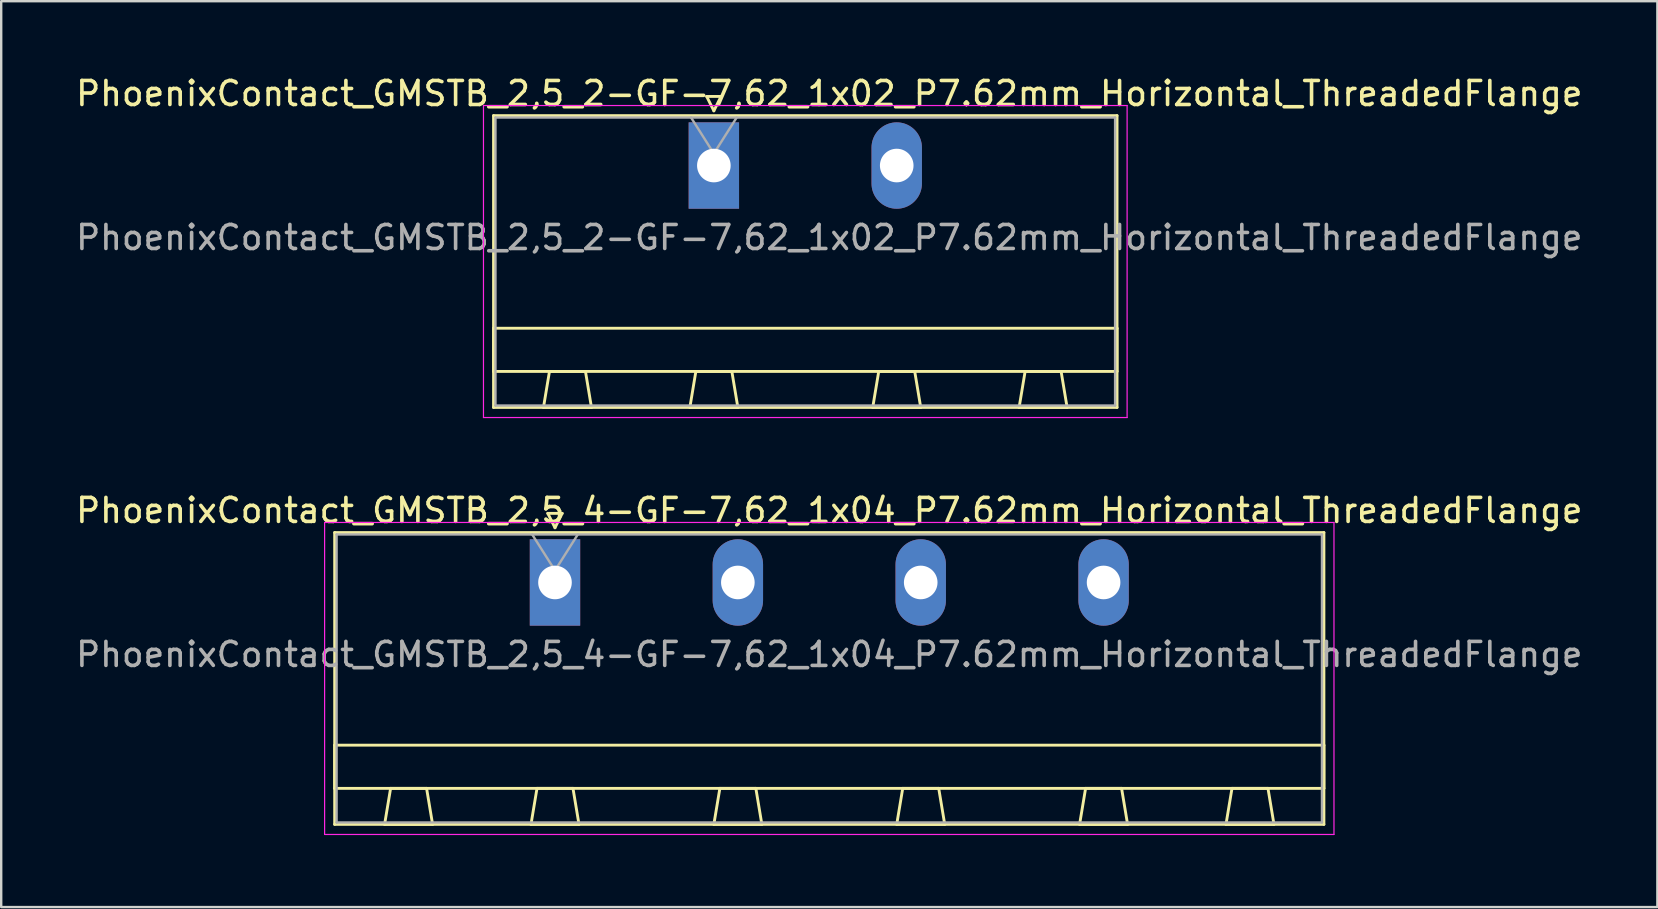
<source format=kicad_pcb>
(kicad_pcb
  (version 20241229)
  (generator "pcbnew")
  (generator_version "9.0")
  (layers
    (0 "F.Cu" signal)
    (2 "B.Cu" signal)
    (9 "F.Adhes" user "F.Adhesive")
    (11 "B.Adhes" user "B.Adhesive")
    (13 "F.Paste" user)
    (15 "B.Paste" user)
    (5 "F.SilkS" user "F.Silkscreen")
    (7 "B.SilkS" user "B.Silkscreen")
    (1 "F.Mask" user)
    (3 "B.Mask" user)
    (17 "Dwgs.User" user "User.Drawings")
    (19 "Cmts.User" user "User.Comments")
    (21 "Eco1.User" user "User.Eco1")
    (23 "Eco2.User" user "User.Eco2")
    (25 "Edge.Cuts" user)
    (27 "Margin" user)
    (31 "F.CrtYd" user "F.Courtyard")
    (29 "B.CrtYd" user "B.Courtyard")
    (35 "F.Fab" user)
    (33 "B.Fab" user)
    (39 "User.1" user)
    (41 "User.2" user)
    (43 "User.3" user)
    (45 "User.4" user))
  (footprint "PhoenixContact_GMSTB_2,5_4-GF-7,62_1x04_P7.62mm_Horizontal_ThreadedFlange"
    (layer "F.Cu")
    (at 20.076 21.221)
    (property "Reference" "PhoenixContact_GMSTB_2,5_4-GF-7,62_1x04_P7.62mm_Horizontal_ThreadedFlange" (at 11.43 -3 0) (layer "F.SilkS") (effects (font (size 1 1) (thickness 0.15))))
    (attr through_hole)
    (fp_line (start -9.18 -2.08) (end -9.18 10.08) (stroke (width 0.12) (type solid)) (layer "F.SilkS"))
    (fp_line (start -9.18 6.78) (end 32.04 6.78) (stroke (width 0.12) (type solid)) (layer "F.SilkS"))
    (fp_line (start -9.18 8.58) (end -9.18 6.78) (stroke (width 0.12) (type solid)) (layer "F.SilkS"))
    (fp_line (start -9.18 10.08) (end 32.04 10.08) (stroke (width 0.12) (type solid)) (layer "F.SilkS"))
    (fp_line (start -7.1 10.08) (end -5.1 10.08) (stroke (width 0.12) (type solid)) (layer "F.SilkS"))
    (fp_line (start -6.85 8.58) (end -7.1 10.08) (stroke (width 0.12) (type solid)) (layer "F.SilkS"))
    (fp_line (start -5.35 8.58) (end -6.85 8.58) (stroke (width 0.12) (type solid)) (layer "F.SilkS"))
    (fp_line (start -5.1 10.08) (end -5.35 8.58) (stroke (width 0.12) (type solid)) (layer "F.SilkS"))
    (fp_line (start -1 10.08) (end 1 10.08) (stroke (width 0.12) (type solid)) (layer "F.SilkS"))
    (fp_line (start -0.75 8.58) (end -1 10.08) (stroke (width 0.12) (type solid)) (layer "F.SilkS"))
    (fp_line (start -0.3 -2.88) (end 0.3 -2.88) (stroke (width 0.12) (type solid)) (layer "F.SilkS"))
    (fp_line (start 0 -2.28) (end -0.3 -2.88) (stroke (width 0.12) (type solid)) (layer "F.SilkS"))
    (fp_line (start 0.3 -2.88) (end 0 -2.28) (stroke (width 0.12) (type solid)) (layer "F.SilkS"))
    (fp_line (start 0.75 8.58) (end -0.75 8.58) (stroke (width 0.12) (type solid)) (layer "F.SilkS"))
    (fp_line (start 1 10.08) (end 0.75 8.58) (stroke (width 0.12) (type solid)) (layer "F.SilkS"))
    (fp_line (start 6.62 10.08) (end 8.62 10.08) (stroke (width 0.12) (type solid)) (layer "F.SilkS"))
    (fp_line (start 6.87 8.58) (end 6.62 10.08) (stroke (width 0.12) (type solid)) (layer "F.SilkS"))
    (fp_line (start 8.37 8.58) (end 6.87 8.58) (stroke (width 0.12) (type solid)) (layer "F.SilkS"))
    (fp_line (start 8.62 10.08) (end 8.37 8.58) (stroke (width 0.12) (type solid)) (layer "F.SilkS"))
    (fp_line (start 14.24 10.08) (end 16.24 10.08) (stroke (width 0.12) (type solid)) (layer "F.SilkS"))
    (fp_line (start 14.49 8.58) (end 14.24 10.08) (stroke (width 0.12) (type solid)) (layer "F.SilkS"))
    (fp_line (start 15.99 8.58) (end 14.49 8.58) (stroke (width 0.12) (type solid)) (layer "F.SilkS"))
    (fp_line (start 16.24 10.08) (end 15.99 8.58) (stroke (width 0.12) (type solid)) (layer "F.SilkS"))
    (fp_line (start 21.86 10.08) (end 23.86 10.08) (stroke (width 0.12) (type solid)) (layer "F.SilkS"))
    (fp_line (start 22.11 8.58) (end 21.86 10.08) (stroke (width 0.12) (type solid)) (layer "F.SilkS"))
    (fp_line (start 23.61 8.58) (end 22.11 8.58) (stroke (width 0.12) (type solid)) (layer "F.SilkS"))
    (fp_line (start 23.86 10.08) (end 23.61 8.58) (stroke (width 0.12) (type solid)) (layer "F.SilkS"))
    (fp_line (start 27.96 10.08) (end 29.96 10.08) (stroke (width 0.12) (type solid)) (layer "F.SilkS"))
    (fp_line (start 28.21 8.58) (end 27.96 10.08) (stroke (width 0.12) (type solid)) (layer "F.SilkS"))
    (fp_line (start 29.71 8.58) (end 28.21 8.58) (stroke (width 0.12) (type solid)) (layer "F.SilkS"))
    (fp_line (start 29.96 10.08) (end 29.71 8.58) (stroke (width 0.12) (type solid)) (layer "F.SilkS"))
    (fp_line (start 32.04 -2.08) (end -9.18 -2.08) (stroke (width 0.12) (type solid)) (layer "F.SilkS"))
    (fp_line (start 32.04 6.78) (end 32.04 8.58) (stroke (width 0.12) (type solid)) (layer "F.SilkS"))
    (fp_line (start 32.04 8.58) (end -9.18 8.58) (stroke (width 0.12) (type solid)) (layer "F.SilkS"))
    (fp_line (start 32.04 10.08) (end 32.04 -2.08) (stroke (width 0.12) (type solid)) (layer "F.SilkS"))
    (fp_line (start -9.6 -2.5) (end -9.6 10.5) (stroke (width 0.05) (type solid)) (layer "F.CrtYd"))
    (fp_line (start -9.6 10.5) (end 32.46 10.5) (stroke (width 0.05) (type solid)) (layer "F.CrtYd"))
    (fp_line (start 32.46 -2.5) (end -9.6 -2.5) (stroke (width 0.05) (type solid)) (layer "F.CrtYd"))
    (fp_line (start 32.46 10.5) (end 32.46 -2.5) (stroke (width 0.05) (type solid)) (layer "F.CrtYd"))
    (fp_line (start -9.1 -2) (end -9.1 10) (stroke (width 0.1) (type solid)) (layer "F.Fab"))
    (fp_line (start -9.1 10) (end 31.96 10) (stroke (width 0.1) (type solid)) (layer "F.Fab"))
    (fp_line (start 0 -0.5) (end -0.95 -2) (stroke (width 0.1) (type solid)) (layer "F.Fab"))
    (fp_line (start 0.95 -2) (end 0 -0.5) (stroke (width 0.1) (type solid)) (layer "F.Fab"))
    (fp_line (start 31.96 -2) (end -9.1 -2) (stroke (width 0.1) (type solid)) (layer "F.Fab"))
    (fp_line (start 31.96 10) (end 31.96 -2) (stroke (width 0.1) (type solid)) (layer "F.Fab"))
    (fp_text user "${REFERENCE}" (at 11.43 3 0) (layer "F.Fab") (effects (font (size 1 1) (thickness 0.15))))
    (pad "1" thru_hole rect (at 0 0) (size 2.1 3.6) (drill 1.4) (layers "*.Cu" "*.Mask"))
    (pad "2" thru_hole oval (at 7.62 0) (size 2.1 3.6) (drill 1.4) (layers "*.Cu" "*.Mask"))
    (pad "3" thru_hole oval (at 15.24 0) (size 2.1 3.6) (drill 1.4) (layers "*.Cu" "*.Mask"))
    (pad "4" thru_hole oval (at 22.86 0) (size 2.1 3.6) (drill 1.4) (layers "*.Cu" "*.Mask")))
  (footprint "PhoenixContact_GMSTB_2,5_2-GF-7,62_1x02_P7.62mm_Horizontal_ThreadedFlange"
    (layer "F.Cu")
    (at 26.696 3.848)
    (property "Reference" "PhoenixContact_GMSTB_2,5_2-GF-7,62_1x02_P7.62mm_Horizontal_ThreadedFlange" (at 4.81 -3 0) (layer "F.SilkS") (effects (font (size 1 1) (thickness 0.15))))
    (attr through_hole)
    (fp_line (start -9.18 -2.08) (end -9.18 10.08) (stroke (width 0.12) (type solid)) (layer "F.SilkS"))
    (fp_line (start -9.18 6.78) (end 16.8 6.78) (stroke (width 0.12) (type solid)) (layer "F.SilkS"))
    (fp_line (start -9.18 8.58) (end -9.18 6.78) (stroke (width 0.12) (type solid)) (layer "F.SilkS"))
    (fp_line (start -9.18 10.08) (end 16.8 10.08) (stroke (width 0.12) (type solid)) (layer "F.SilkS"))
    (fp_line (start -7.1 10.08) (end -5.1 10.08) (stroke (width 0.12) (type solid)) (layer "F.SilkS"))
    (fp_line (start -6.85 8.58) (end -7.1 10.08) (stroke (width 0.12) (type solid)) (layer "F.SilkS"))
    (fp_line (start -5.35 8.58) (end -6.85 8.58) (stroke (width 0.12) (type solid)) (layer "F.SilkS"))
    (fp_line (start -5.1 10.08) (end -5.35 8.58) (stroke (width 0.12) (type solid)) (layer "F.SilkS"))
    (fp_line (start -1 10.08) (end 1 10.08) (stroke (width 0.12) (type solid)) (layer "F.SilkS"))
    (fp_line (start -0.75 8.58) (end -1 10.08) (stroke (width 0.12) (type solid)) (layer "F.SilkS"))
    (fp_line (start -0.3 -2.88) (end 0.3 -2.88) (stroke (width 0.12) (type solid)) (layer "F.SilkS"))
    (fp_line (start 0 -2.28) (end -0.3 -2.88) (stroke (width 0.12) (type solid)) (layer "F.SilkS"))
    (fp_line (start 0.3 -2.88) (end 0 -2.28) (stroke (width 0.12) (type solid)) (layer "F.SilkS"))
    (fp_line (start 0.75 8.58) (end -0.75 8.58) (stroke (width 0.12) (type solid)) (layer "F.SilkS"))
    (fp_line (start 1 10.08) (end 0.75 8.58) (stroke (width 0.12) (type solid)) (layer "F.SilkS"))
    (fp_line (start 6.62 10.08) (end 8.62 10.08) (stroke (width 0.12) (type solid)) (layer "F.SilkS"))
    (fp_line (start 6.87 8.58) (end 6.62 10.08) (stroke (width 0.12) (type solid)) (layer "F.SilkS"))
    (fp_line (start 8.37 8.58) (end 6.87 8.58) (stroke (width 0.12) (type solid)) (layer "F.SilkS"))
    (fp_line (start 8.62 10.08) (end 8.37 8.58) (stroke (width 0.12) (type solid)) (layer "F.SilkS"))
    (fp_line (start 12.72 10.08) (end 14.72 10.08) (stroke (width 0.12) (type solid)) (layer "F.SilkS"))
    (fp_line (start 12.97 8.58) (end 12.72 10.08) (stroke (width 0.12) (type solid)) (layer "F.SilkS"))
    (fp_line (start 14.47 8.58) (end 12.97 8.58) (stroke (width 0.12) (type solid)) (layer "F.SilkS"))
    (fp_line (start 14.72 10.08) (end 14.47 8.58) (stroke (width 0.12) (type solid)) (layer "F.SilkS"))
    (fp_line (start 16.8 -2.08) (end -9.18 -2.08) (stroke (width 0.12) (type solid)) (layer "F.SilkS"))
    (fp_line (start 16.8 6.78) (end 16.8 8.58) (stroke (width 0.12) (type solid)) (layer "F.SilkS"))
    (fp_line (start 16.8 8.58) (end -9.18 8.58) (stroke (width 0.12) (type solid)) (layer "F.SilkS"))
    (fp_line (start 16.8 10.08) (end 16.8 -2.08) (stroke (width 0.12) (type solid)) (layer "F.SilkS"))
    (fp_line (start -9.6 -2.5) (end -9.6 10.5) (stroke (width 0.05) (type solid)) (layer "F.CrtYd"))
    (fp_line (start -9.6 10.5) (end 17.22 10.5) (stroke (width 0.05) (type solid)) (layer "F.CrtYd"))
    (fp_line (start 17.22 -2.5) (end -9.6 -2.5) (stroke (width 0.05) (type solid)) (layer "F.CrtYd"))
    (fp_line (start 17.22 10.5) (end 17.22 -2.5) (stroke (width 0.05) (type solid)) (layer "F.CrtYd"))
    (fp_line (start -9.1 -2) (end -9.1 10) (stroke (width 0.1) (type solid)) (layer "F.Fab"))
    (fp_line (start -9.1 10) (end 16.72 10) (stroke (width 0.1) (type solid)) (layer "F.Fab"))
    (fp_line (start 0 -0.5) (end -0.95 -2) (stroke (width 0.1) (type solid)) (layer "F.Fab"))
    (fp_line (start 0.95 -2) (end 0 -0.5) (stroke (width 0.1) (type solid)) (layer "F.Fab"))
    (fp_line (start 16.72 -2) (end -9.1 -2) (stroke (width 0.1) (type solid)) (layer "F.Fab"))
    (fp_line (start 16.72 10) (end 16.72 -2) (stroke (width 0.1) (type solid)) (layer "F.Fab"))
    (fp_text user "${REFERENCE}" (at 4.81 3 0) (layer "F.Fab") (effects (font (size 1 1) (thickness 0.15))))
    (pad "1" thru_hole rect (at 0 0) (size 2.1 3.6) (drill 1.4) (layers "*.Cu" "*.Mask"))
    (pad "2" thru_hole oval (at 7.62 0) (size 2.1 3.6) (drill 1.4) (layers "*.Cu" "*.Mask")))
  (gr_rect
    (start -3 -3)
    (end 66.012 34.746)
    (stroke (width 0.1) (type default))
    (fill no)
    (layer "Edge.Cuts")))
</source>
